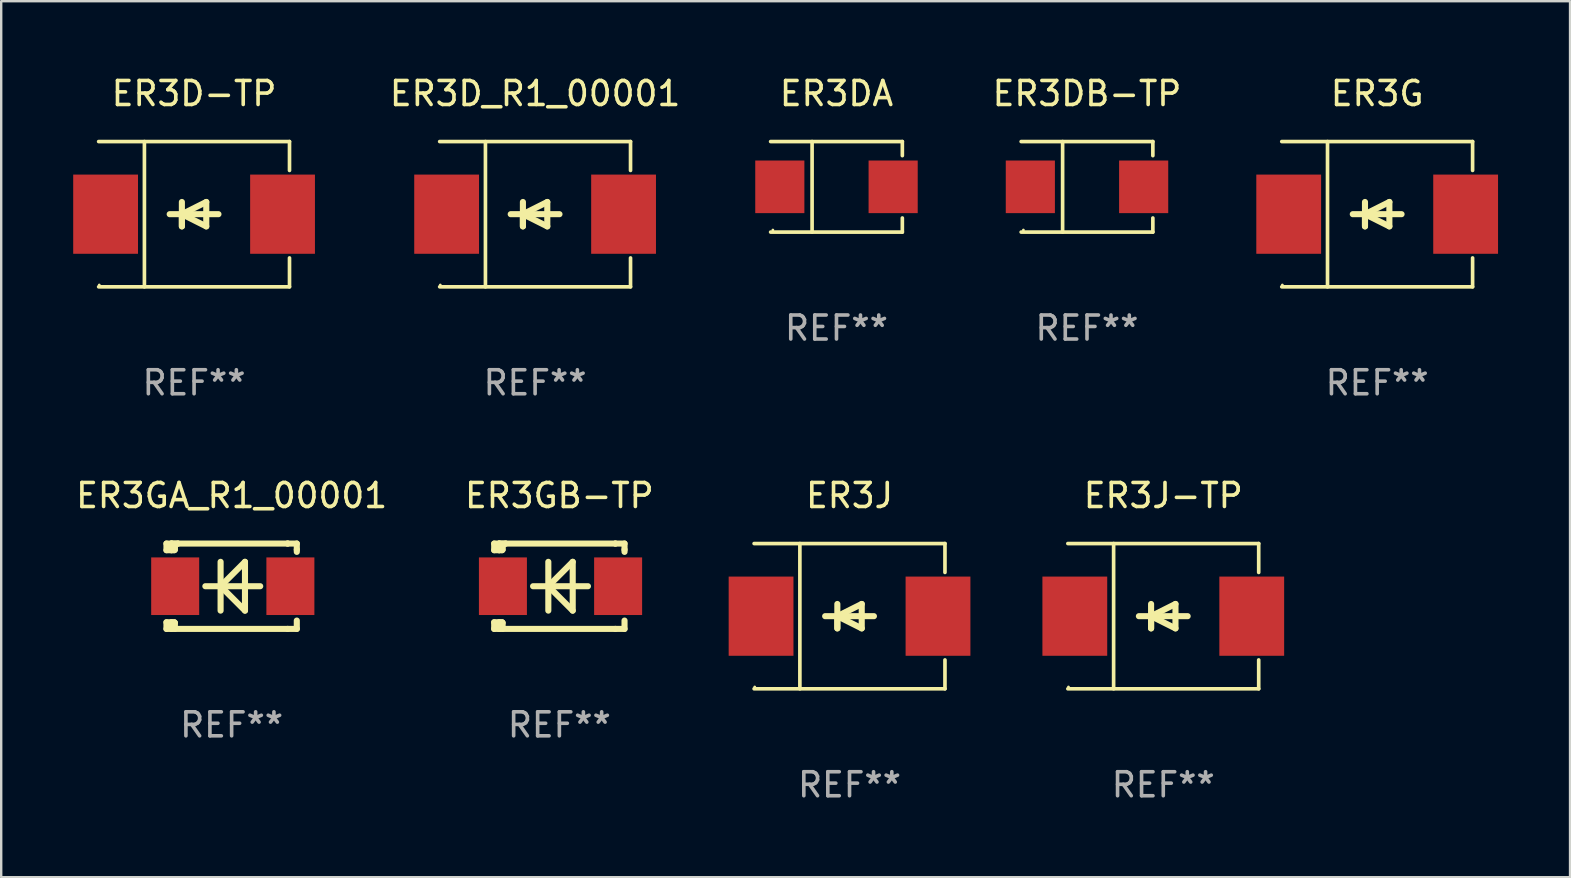
<source format=kicad_pcb>
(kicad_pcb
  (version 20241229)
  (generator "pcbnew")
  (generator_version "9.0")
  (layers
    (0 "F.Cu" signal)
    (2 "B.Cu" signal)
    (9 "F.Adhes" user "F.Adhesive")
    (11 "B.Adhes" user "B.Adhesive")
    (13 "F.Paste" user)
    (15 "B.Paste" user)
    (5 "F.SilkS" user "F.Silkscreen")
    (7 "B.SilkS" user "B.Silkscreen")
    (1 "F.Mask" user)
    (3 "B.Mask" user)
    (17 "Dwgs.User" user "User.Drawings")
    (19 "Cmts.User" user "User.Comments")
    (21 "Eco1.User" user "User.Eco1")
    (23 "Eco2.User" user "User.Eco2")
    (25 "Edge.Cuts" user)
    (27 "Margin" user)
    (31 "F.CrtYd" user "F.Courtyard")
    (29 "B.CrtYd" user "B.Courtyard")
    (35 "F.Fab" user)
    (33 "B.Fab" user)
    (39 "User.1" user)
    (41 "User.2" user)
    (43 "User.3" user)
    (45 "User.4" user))
  (footprint "ER3DA"
    (layer "F.Cu")
    (at 31.802 4.734)
    (property "Reference" "ER3DA" (at 0 -3.886 0) (layer "F.SilkS") (effects (font (size 1 1) (thickness 0.15))))
    (attr through_hole)
    (fp_line (start -2.744 -1.886) (end 2.744 -1.886) (stroke (width 0.152) (type solid)) (layer "F.SilkS"))
    (fp_line (start -2.744 1.886) (end 2.744 1.886) (stroke (width 0.152) (type solid)) (layer "F.SilkS"))
    (fp_line (start -1.016 -1.886) (end -1.016 1.886) (stroke (width 0.152) (type solid)) (layer "F.SilkS"))
    (fp_line (start 2.744 -1.886) (end 2.744 -1.299) (stroke (width 0.152) (type solid)) (layer "F.SilkS"))
    (fp_line (start 2.744 1.886) (end 2.744 1.299) (stroke (width 0.152) (type solid)) (layer "F.SilkS"))
    (fp_circle (center -2.65 1.8) (end -2.62 1.8) (stroke (width 0.06) (type solid)) (fill no) (layer "F.SilkS"))
    (fp_text user "REF**" (at 0 5.886 0) (layer "F.Fab") (effects (font (size 1 1) (thickness 0.15))))
    (pad "1" smd rect (at -2.361 0) (size 2.047 2.192) (layers "F.Cu" "F.Mask" "F.Paste"))
    (pad "2" smd rect (at 2.361 0) (size 2.047 2.192) (layers "F.Cu" "F.Mask" "F.Paste")))
  (footprint "ER3G"
    (layer "F.Cu")
    (at 54.33 5.874)
    (property "Reference" "ER3G" (at 0 -5.026 0) (layer "F.SilkS") (effects (font (size 1 1) (thickness 0.15))))
    (attr through_hole)
    (fp_line (start -3.976 -3.026) (end 3.976 -3.026) (stroke (width 0.152) (type solid)) (layer "F.SilkS"))
    (fp_line (start -3.976 3.026) (end 3.976 3.026) (stroke (width 0.152) (type solid)) (layer "F.SilkS"))
    (fp_line (start -2.069 -3.026) (end -2.069 3.026) (stroke (width 0.152) (type solid)) (layer "F.SilkS"))
    (fp_line (start -0.508 0) (end -0.508 0.508) (stroke (width 0.254) (type solid)) (layer "F.SilkS"))
    (fp_line (start -0.508 0) (end 0.508 0.508) (stroke (width 0.254) (type solid)) (layer "F.SilkS"))
    (fp_line (start -0.508 0.508) (end -0.508 -0.508) (stroke (width 0.254) (type solid)) (layer "F.SilkS"))
    (fp_line (start 0.508 -0.508) (end -0.508 0) (stroke (width 0.254) (type solid)) (layer "F.SilkS"))
    (fp_line (start 0.508 0.508) (end 0.508 -0.508) (stroke (width 0.254) (type solid)) (layer "F.SilkS"))
    (fp_line (start 1.016 0) (end -1.016 0) (stroke (width 0.254) (type solid)) (layer "F.SilkS"))
    (fp_line (start 3.976 -3.026) (end 3.976 -1.823) (stroke (width 0.152) (type solid)) (layer "F.SilkS"))
    (fp_line (start 3.976 3.026) (end 3.976 1.823) (stroke (width 0.152) (type solid)) (layer "F.SilkS"))
    (fp_circle (center -3.95 2.95) (end -3.92 2.95) (stroke (width 0.06) (type solid)) (fill no) (layer "F.SilkS"))
    (fp_text user "REF**" (at 0 7.026 0) (layer "F.Fab") (effects (font (size 1 1) (thickness 0.15))))
    (pad "1" smd rect (at -3.686 0) (size 2.7 3.3) (layers "F.Cu" "F.Mask" "F.Paste"))
    (pad "2" smd rect (at 3.686 0) (size 2.7 3.3) (layers "F.Cu" "F.Mask" "F.Paste")))
  (footprint "ER3D_R1_00001"
    (layer "F.Cu")
    (at 19.245 5.874)
    (property "Reference" "ER3D_R1_00001" (at 0 -5.026 0) (layer "F.SilkS") (effects (font (size 1 1) (thickness 0.15))))
    (attr through_hole)
    (fp_line (start -3.976 -3.026) (end 3.976 -3.026) (stroke (width 0.152) (type solid)) (layer "F.SilkS"))
    (fp_line (start -3.976 3.026) (end 3.976 3.026) (stroke (width 0.152) (type solid)) (layer "F.SilkS"))
    (fp_line (start -2.069 -3.026) (end -2.069 3.026) (stroke (width 0.152) (type solid)) (layer "F.SilkS"))
    (fp_line (start -0.508 0) (end -0.508 0.508) (stroke (width 0.254) (type solid)) (layer "F.SilkS"))
    (fp_line (start -0.508 0) (end 0.508 0.508) (stroke (width 0.254) (type solid)) (layer "F.SilkS"))
    (fp_line (start -0.508 0.508) (end -0.508 -0.508) (stroke (width 0.254) (type solid)) (layer "F.SilkS"))
    (fp_line (start 0.508 -0.508) (end -0.508 0) (stroke (width 0.254) (type solid)) (layer "F.SilkS"))
    (fp_line (start 0.508 0.508) (end 0.508 -0.508) (stroke (width 0.254) (type solid)) (layer "F.SilkS"))
    (fp_line (start 1.016 0) (end -1.016 0) (stroke (width 0.254) (type solid)) (layer "F.SilkS"))
    (fp_line (start 3.976 -3.026) (end 3.976 -1.823) (stroke (width 0.152) (type solid)) (layer "F.SilkS"))
    (fp_line (start 3.976 3.026) (end 3.976 1.823) (stroke (width 0.152) (type solid)) (layer "F.SilkS"))
    (fp_circle (center -3.95 2.95) (end -3.92 2.95) (stroke (width 0.06) (type solid)) (fill no) (layer "F.SilkS"))
    (fp_text user "REF**" (at 0 7.026 0) (layer "F.Fab") (effects (font (size 1 1) (thickness 0.15))))
    (pad "1" smd rect (at -3.686 0) (size 2.7 3.3) (layers "F.Cu" "F.Mask" "F.Paste"))
    (pad "2" smd rect (at 3.686 0) (size 2.7 3.3) (layers "F.Cu" "F.Mask" "F.Paste")))
  (footprint "ER3GB-TP"
    (layer "F.Cu")
    (at 20.256 21.375)
    (property "Reference" "ER3GB-TP" (at 0 -3.778 0) (layer "F.SilkS") (effects (font (size 1 1) (thickness 0.15))))
    (attr through_hole)
    (fp_line (start -2.715 -1.778) (end -2.715 -1.501) (stroke (width 0.254) (type solid)) (layer "F.SilkS"))
    (fp_line (start -2.715 -1.501) (end -2.505 -1.501) (stroke (width 0.254) (type solid)) (layer "F.SilkS"))
    (fp_line (start -2.715 1.501) (end -2.715 1.778) (stroke (width 0.254) (type solid)) (layer "F.SilkS"))
    (fp_line (start -2.715 1.501) (end -2.505 1.501) (stroke (width 0.254) (type solid)) (layer "F.SilkS"))
    (fp_line (start -2.715 1.778) (end -2.504 1.778) (stroke (width 0.254) (type solid)) (layer "F.SilkS"))
    (fp_line (start -2.505 -1.778) (end -2.715 -1.778) (stroke (width 0.254) (type solid)) (layer "F.SilkS"))
    (fp_line (start -2.505 -1.778) (end -2.238 -1.778) (stroke (width 0.254) (type solid)) (layer "F.SilkS"))
    (fp_line (start -2.505 -1.501) (end -2.505 -1.651) (stroke (width 0.254) (type solid)) (layer "F.SilkS"))
    (fp_line (start -2.505 -1.501) (end -2.388 -1.501) (stroke (width 0.254) (type solid)) (layer "F.SilkS"))
    (fp_line (start -2.505 1.501) (end -2.505 1.778) (stroke (width 0.254) (type solid)) (layer "F.SilkS"))
    (fp_line (start -2.505 1.501) (end -2.388 1.501) (stroke (width 0.254) (type solid)) (layer "F.SilkS"))
    (fp_line (start -2.388 1.501) (end -2.365 1.524) (stroke (width 0.254) (type solid)) (layer "F.SilkS"))
    (fp_line (start -2.388 -1.501) (end -2.365 -1.524) (stroke (width 0.254) (type solid)) (layer "F.SilkS"))
    (fp_line (start -2.365 -1.651) (end -2.505 -1.778) (stroke (width 0.254) (type solid)) (layer "F.SilkS"))
    (fp_line (start -2.365 -1.524) (end -2.365 -1.651) (stroke (width 0.254) (type solid)) (layer "F.SilkS"))
    (fp_line (start -2.365 1.524) (end -2.365 1.778) (stroke (width 0.254) (type solid)) (layer "F.SilkS"))
    (fp_line (start -2.239 -1.778) (end 2.333 -1.778) (stroke (width 0.254) (type solid)) (layer "F.SilkS"))
    (fp_line (start -2.238 -1.778) (end -2.505 -1.778) (stroke (width 0.254) (type solid)) (layer "F.SilkS"))
    (fp_line (start -1.095 0) (end 1.191 0) (stroke (width 0.254) (type solid)) (layer "F.SilkS"))
    (fp_line (start -0.46 -1.016) (end -0.46 1.016) (stroke (width 0.254) (type solid)) (layer "F.SilkS"))
    (fp_line (start -0.46 -0.000127) (end 0.556 1.016) (stroke (width 0.254) (type solid)) (layer "F.SilkS"))
    (fp_line (start 0.556 -1.016) (end 0.556 1.016) (stroke (width 0.254) (type solid)) (layer "F.SilkS"))
    (fp_line (start 0.556 -1.016) (end -0.46 -0.000127) (stroke (width 0.254) (type solid)) (layer "F.SilkS"))
    (fp_line (start 2.333 -1.778) (end 2.333 -1.778) (stroke (width 0.254) (type solid)) (layer "F.SilkS"))
    (fp_line (start 2.333 -1.778) (end 2.715 -1.778) (stroke (width 0.254) (type solid)) (layer "F.SilkS"))
    (fp_line (start 2.334 1.778) (end -2.504 1.778) (stroke (width 0.254) (type solid)) (layer "F.SilkS"))
    (fp_line (start 2.715 -1.778) (end 2.715 -1.524) (stroke (width 0.254) (type solid)) (layer "F.SilkS"))
    (fp_line (start 2.715 -1.524) (end 2.715 -1.431) (stroke (width 0.254) (type solid)) (layer "F.SilkS"))
    (fp_line (start 2.715 1.431) (end 2.715 1.778) (stroke (width 0.254) (type solid)) (layer "F.SilkS"))
    (fp_line (start 2.715 1.778) (end 2.334 1.778) (stroke (width 0.254) (type solid)) (layer "F.SilkS"))
    (fp_circle (center -2.602 1.8) (end -2.572 1.8) (stroke (width 0.06) (type solid)) (fill no) (layer "F.SilkS"))
    (fp_text user "REF**" (at 0 5.778 0) (layer "F.Fab") (effects (font (size 1 1) (thickness 0.15))))
    (pad "1" smd rect (at -2.352 -0.000076) (size 2 2.4) (layers "F.Cu" "F.Mask" "F.Paste"))
    (pad "2" smd rect (at 2.448 -0.000076) (size 2 2.4) (layers "F.Cu" "F.Mask" "F.Paste")))
  (footprint "ER3J"
    (layer "F.Cu")
    (at 32.346 22.623)
    (property "Reference" "ER3J" (at 0 -5.026 0) (layer "F.SilkS") (effects (font (size 1 1) (thickness 0.15))))
    (attr through_hole)
    (fp_line (start -3.976 -3.026) (end 3.976 -3.026) (stroke (width 0.152) (type solid)) (layer "F.SilkS"))
    (fp_line (start -3.976 3.026) (end 3.976 3.026) (stroke (width 0.152) (type solid)) (layer "F.SilkS"))
    (fp_line (start -2.069 -3.026) (end -2.069 3.026) (stroke (width 0.152) (type solid)) (layer "F.SilkS"))
    (fp_line (start -0.508 0) (end -0.508 0.508) (stroke (width 0.254) (type solid)) (layer "F.SilkS"))
    (fp_line (start -0.508 0) (end 0.508 0.508) (stroke (width 0.254) (type solid)) (layer "F.SilkS"))
    (fp_line (start -0.508 0.508) (end -0.508 -0.508) (stroke (width 0.254) (type solid)) (layer "F.SilkS"))
    (fp_line (start 0.508 -0.508) (end -0.508 0) (stroke (width 0.254) (type solid)) (layer "F.SilkS"))
    (fp_line (start 0.508 0.508) (end 0.508 -0.508) (stroke (width 0.254) (type solid)) (layer "F.SilkS"))
    (fp_line (start 1.016 0) (end -1.016 0) (stroke (width 0.254) (type solid)) (layer "F.SilkS"))
    (fp_line (start 3.976 -3.026) (end 3.976 -1.823) (stroke (width 0.152) (type solid)) (layer "F.SilkS"))
    (fp_line (start 3.976 3.026) (end 3.976 1.823) (stroke (width 0.152) (type solid)) (layer "F.SilkS"))
    (fp_circle (center -3.95 2.95) (end -3.92 2.95) (stroke (width 0.06) (type solid)) (fill no) (layer "F.SilkS"))
    (fp_text user "REF**" (at 0 7.026 0) (layer "F.Fab") (effects (font (size 1 1) (thickness 0.15))))
    (pad "1" smd rect (at -3.686 0) (size 2.7 3.3) (layers "F.Cu" "F.Mask" "F.Paste"))
    (pad "2" smd rect (at 3.686 0) (size 2.7 3.3) (layers "F.Cu" "F.Mask" "F.Paste")))
  (footprint "ER3DB-TP"
    (layer "F.Cu")
    (at 42.24 4.734)
    (property "Reference" "ER3DB-TP" (at 0 -3.886 0) (layer "F.SilkS") (effects (font (size 1 1) (thickness 0.15))))
    (attr through_hole)
    (fp_line (start -2.744 -1.886) (end 2.744 -1.886) (stroke (width 0.152) (type solid)) (layer "F.SilkS"))
    (fp_line (start -2.744 1.886) (end 2.744 1.886) (stroke (width 0.152) (type solid)) (layer "F.SilkS"))
    (fp_line (start -1.016 -1.886) (end -1.016 1.886) (stroke (width 0.152) (type solid)) (layer "F.SilkS"))
    (fp_line (start 2.744 -1.886) (end 2.744 -1.299) (stroke (width 0.152) (type solid)) (layer "F.SilkS"))
    (fp_line (start 2.744 1.886) (end 2.744 1.299) (stroke (width 0.152) (type solid)) (layer "F.SilkS"))
    (fp_circle (center -2.65 1.8) (end -2.62 1.8) (stroke (width 0.06) (type solid)) (fill no) (layer "F.SilkS"))
    (fp_text user "REF**" (at 0 5.886 0) (layer "F.Fab") (effects (font (size 1 1) (thickness 0.15))))
    (pad "1" smd rect (at -2.361 0) (size 2.047 2.192) (layers "F.Cu" "F.Mask" "F.Paste"))
    (pad "2" smd rect (at 2.361 0) (size 2.047 2.192) (layers "F.Cu" "F.Mask" "F.Paste")))
  (footprint "ER3GA_R1_00001"
    (layer "F.Cu")
    (at 6.601 21.375)
    (property "Reference" "ER3GA_R1_00001" (at 0 -3.778 0) (layer "F.SilkS") (effects (font (size 1 1) (thickness 0.15))))
    (attr through_hole)
    (fp_line (start -2.715 -1.778) (end -2.715 -1.501) (stroke (width 0.254) (type solid)) (layer "F.SilkS"))
    (fp_line (start -2.715 -1.501) (end -2.505 -1.501) (stroke (width 0.254) (type solid)) (layer "F.SilkS"))
    (fp_line (start -2.715 1.501) (end -2.715 1.778) (stroke (width 0.254) (type solid)) (layer "F.SilkS"))
    (fp_line (start -2.715 1.501) (end -2.505 1.501) (stroke (width 0.254) (type solid)) (layer "F.SilkS"))
    (fp_line (start -2.715 1.778) (end -2.504 1.778) (stroke (width 0.254) (type solid)) (layer "F.SilkS"))
    (fp_line (start -2.505 -1.778) (end -2.715 -1.778) (stroke (width 0.254) (type solid)) (layer "F.SilkS"))
    (fp_line (start -2.505 -1.778) (end -2.238 -1.778) (stroke (width 0.254) (type solid)) (layer "F.SilkS"))
    (fp_line (start -2.505 -1.501) (end -2.505 -1.651) (stroke (width 0.254) (type solid)) (layer "F.SilkS"))
    (fp_line (start -2.505 -1.501) (end -2.388 -1.501) (stroke (width 0.254) (type solid)) (layer "F.SilkS"))
    (fp_line (start -2.505 1.501) (end -2.505 1.778) (stroke (width 0.254) (type solid)) (layer "F.SilkS"))
    (fp_line (start -2.505 1.501) (end -2.388 1.501) (stroke (width 0.254) (type solid)) (layer "F.SilkS"))
    (fp_line (start -2.388 1.501) (end -2.365 1.524) (stroke (width 0.254) (type solid)) (layer "F.SilkS"))
    (fp_line (start -2.388 -1.501) (end -2.365 -1.524) (stroke (width 0.254) (type solid)) (layer "F.SilkS"))
    (fp_line (start -2.365 -1.651) (end -2.505 -1.778) (stroke (width 0.254) (type solid)) (layer "F.SilkS"))
    (fp_line (start -2.365 -1.524) (end -2.365 -1.651) (stroke (width 0.254) (type solid)) (layer "F.SilkS"))
    (fp_line (start -2.365 1.524) (end -2.365 1.778) (stroke (width 0.254) (type solid)) (layer "F.SilkS"))
    (fp_line (start -2.239 -1.778) (end 2.333 -1.778) (stroke (width 0.254) (type solid)) (layer "F.SilkS"))
    (fp_line (start -2.238 -1.778) (end -2.505 -1.778) (stroke (width 0.254) (type solid)) (layer "F.SilkS"))
    (fp_line (start -1.095 0) (end 1.191 0) (stroke (width 0.254) (type solid)) (layer "F.SilkS"))
    (fp_line (start -0.46 -1.016) (end -0.46 1.016) (stroke (width 0.254) (type solid)) (layer "F.SilkS"))
    (fp_line (start -0.46 -0.000127) (end 0.556 1.016) (stroke (width 0.254) (type solid)) (layer "F.SilkS"))
    (fp_line (start 0.556 -1.016) (end 0.556 1.016) (stroke (width 0.254) (type solid)) (layer "F.SilkS"))
    (fp_line (start 0.556 -1.016) (end -0.46 -0.000127) (stroke (width 0.254) (type solid)) (layer "F.SilkS"))
    (fp_line (start 2.333 -1.778) (end 2.333 -1.778) (stroke (width 0.254) (type solid)) (layer "F.SilkS"))
    (fp_line (start 2.333 -1.778) (end 2.715 -1.778) (stroke (width 0.254) (type solid)) (layer "F.SilkS"))
    (fp_line (start 2.334 1.778) (end -2.504 1.778) (stroke (width 0.254) (type solid)) (layer "F.SilkS"))
    (fp_line (start 2.715 -1.778) (end 2.715 -1.524) (stroke (width 0.254) (type solid)) (layer "F.SilkS"))
    (fp_line (start 2.715 -1.524) (end 2.715 -1.431) (stroke (width 0.254) (type solid)) (layer "F.SilkS"))
    (fp_line (start 2.715 1.431) (end 2.715 1.778) (stroke (width 0.254) (type solid)) (layer "F.SilkS"))
    (fp_line (start 2.715 1.778) (end 2.334 1.778) (stroke (width 0.254) (type solid)) (layer "F.SilkS"))
    (fp_circle (center -2.602 1.8) (end -2.572 1.8) (stroke (width 0.06) (type solid)) (fill no) (layer "F.SilkS"))
    (fp_text user "REF**" (at 0 5.778 0) (layer "F.Fab") (effects (font (size 1 1) (thickness 0.15))))
    (pad "1" smd rect (at -2.352 -0.000076) (size 2 2.4) (layers "F.Cu" "F.Mask" "F.Paste"))
    (pad "2" smd rect (at 2.448 -0.000076) (size 2 2.4) (layers "F.Cu" "F.Mask" "F.Paste")))
  (footprint "ER3D-TP"
    (layer "F.Cu")
    (at 5.036 5.874)
    (property "Reference" "ER3D-TP" (at 0 -5.026 0) (layer "F.SilkS") (effects (font (size 1 1) (thickness 0.15))))
    (attr through_hole)
    (fp_line (start -3.976 -3.026) (end 3.976 -3.026) (stroke (width 0.152) (type solid)) (layer "F.SilkS"))
    (fp_line (start -3.976 3.026) (end 3.976 3.026) (stroke (width 0.152) (type solid)) (layer "F.SilkS"))
    (fp_line (start -2.069 -3.026) (end -2.069 3.026) (stroke (width 0.152) (type solid)) (layer "F.SilkS"))
    (fp_line (start -0.508 0) (end -0.508 0.508) (stroke (width 0.254) (type solid)) (layer "F.SilkS"))
    (fp_line (start -0.508 0) (end 0.508 0.508) (stroke (width 0.254) (type solid)) (layer "F.SilkS"))
    (fp_line (start -0.508 0.508) (end -0.508 -0.508) (stroke (width 0.254) (type solid)) (layer "F.SilkS"))
    (fp_line (start 0.508 -0.508) (end -0.508 0) (stroke (width 0.254) (type solid)) (layer "F.SilkS"))
    (fp_line (start 0.508 0.508) (end 0.508 -0.508) (stroke (width 0.254) (type solid)) (layer "F.SilkS"))
    (fp_line (start 1.016 0) (end -1.016 0) (stroke (width 0.254) (type solid)) (layer "F.SilkS"))
    (fp_line (start 3.976 -3.026) (end 3.976 -1.823) (stroke (width 0.152) (type solid)) (layer "F.SilkS"))
    (fp_line (start 3.976 3.026) (end 3.976 1.823) (stroke (width 0.152) (type solid)) (layer "F.SilkS"))
    (fp_circle (center -3.95 2.95) (end -3.92 2.95) (stroke (width 0.06) (type solid)) (fill no) (layer "F.SilkS"))
    (fp_text user "REF**" (at 0 7.026 0) (layer "F.Fab") (effects (font (size 1 1) (thickness 0.15))))
    (pad "1" smd rect (at -3.686 0) (size 2.7 3.3) (layers "F.Cu" "F.Mask" "F.Paste"))
    (pad "2" smd rect (at 3.686 0) (size 2.7 3.3) (layers "F.Cu" "F.Mask" "F.Paste")))
  (footprint "ER3J-TP"
    (layer "F.Cu")
    (at 45.418 22.623)
    (property "Reference" "ER3J-TP" (at 0 -5.026 0) (layer "F.SilkS") (effects (font (size 1 1) (thickness 0.15))))
    (attr through_hole)
    (fp_line (start -3.976 -3.026) (end 3.976 -3.026) (stroke (width 0.152) (type solid)) (layer "F.SilkS"))
    (fp_line (start -3.976 3.026) (end 3.976 3.026) (stroke (width 0.152) (type solid)) (layer "F.SilkS"))
    (fp_line (start -2.069 -3.026) (end -2.069 3.026) (stroke (width 0.152) (type solid)) (layer "F.SilkS"))
    (fp_line (start -0.508 0) (end -0.508 0.508) (stroke (width 0.254) (type solid)) (layer "F.SilkS"))
    (fp_line (start -0.508 0) (end 0.508 0.508) (stroke (width 0.254) (type solid)) (layer "F.SilkS"))
    (fp_line (start -0.508 0.508) (end -0.508 -0.508) (stroke (width 0.254) (type solid)) (layer "F.SilkS"))
    (fp_line (start 0.508 -0.508) (end -0.508 0) (stroke (width 0.254) (type solid)) (layer "F.SilkS"))
    (fp_line (start 0.508 0.508) (end 0.508 -0.508) (stroke (width 0.254) (type solid)) (layer "F.SilkS"))
    (fp_line (start 1.016 0) (end -1.016 0) (stroke (width 0.254) (type solid)) (layer "F.SilkS"))
    (fp_line (start 3.976 -3.026) (end 3.976 -1.823) (stroke (width 0.152) (type solid)) (layer "F.SilkS"))
    (fp_line (start 3.976 3.026) (end 3.976 1.823) (stroke (width 0.152) (type solid)) (layer "F.SilkS"))
    (fp_circle (center -3.95 2.95) (end -3.92 2.95) (stroke (width 0.06) (type solid)) (fill no) (layer "F.SilkS"))
    (fp_text user "REF**" (at 0 7.026 0) (layer "F.Fab") (effects (font (size 1 1) (thickness 0.15))))
    (pad "1" smd rect (at -3.686 0) (size 2.7 3.3) (layers "F.Cu" "F.Mask" "F.Paste"))
    (pad "2" smd rect (at 3.686 0) (size 2.7 3.3) (layers "F.Cu" "F.Mask" "F.Paste")))
  (gr_rect
    (start -3 -3)
    (end 62.366 33.498)
    (stroke (width 0.1) (type default))
    (fill no)
    (layer "Edge.Cuts")))
</source>
